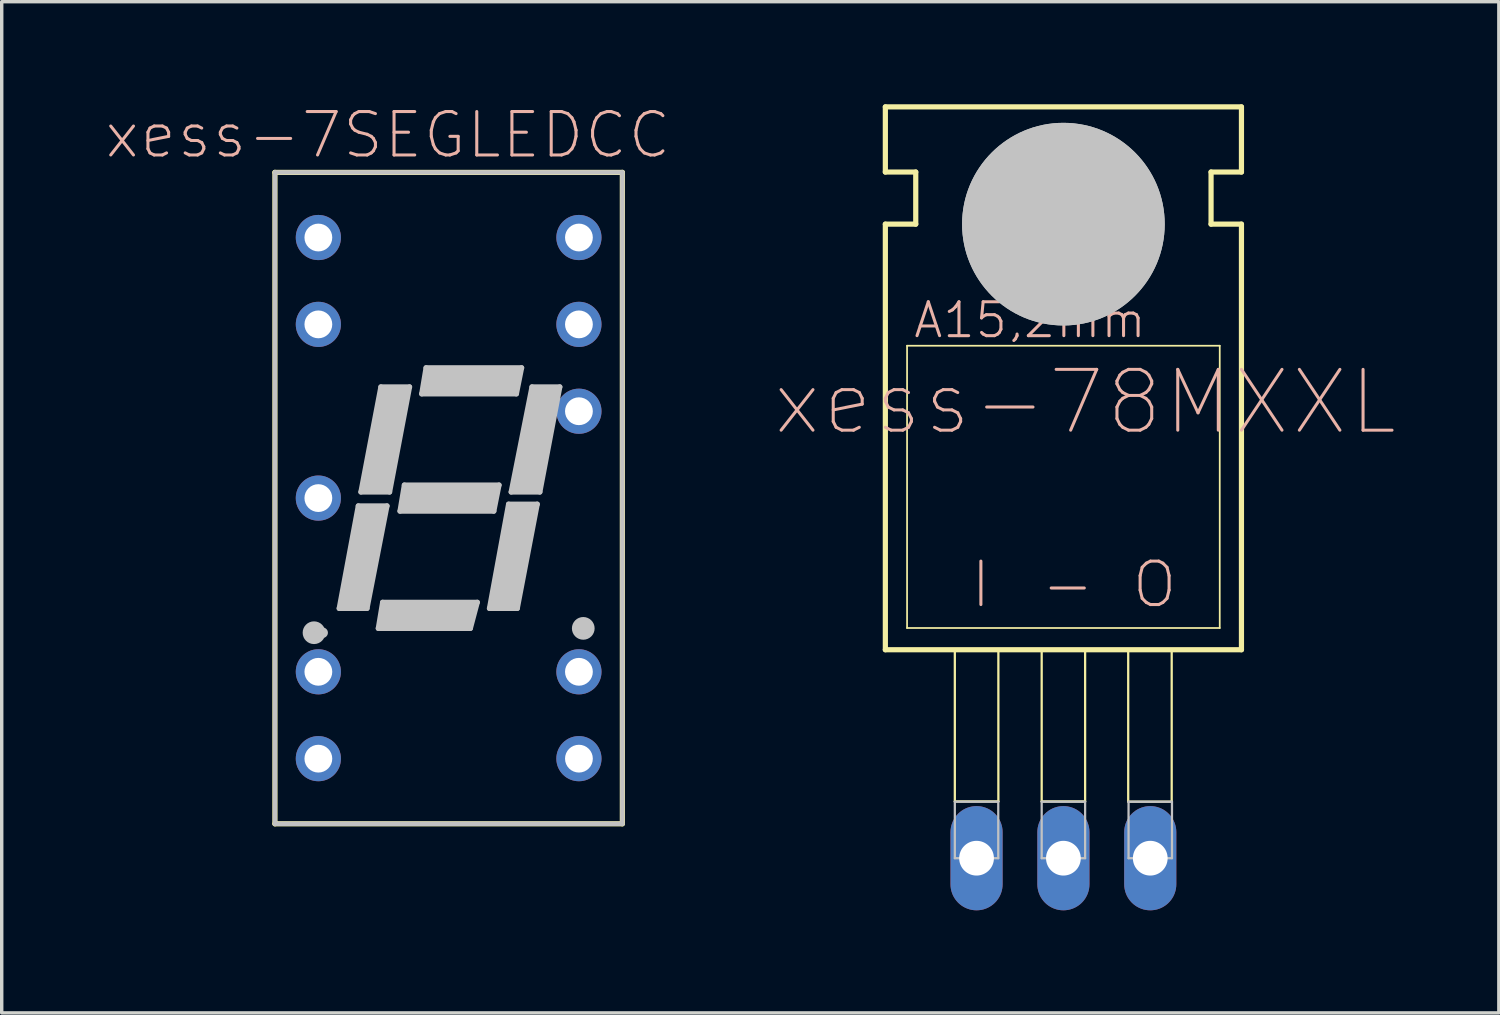
<source format=kicad_pcb>
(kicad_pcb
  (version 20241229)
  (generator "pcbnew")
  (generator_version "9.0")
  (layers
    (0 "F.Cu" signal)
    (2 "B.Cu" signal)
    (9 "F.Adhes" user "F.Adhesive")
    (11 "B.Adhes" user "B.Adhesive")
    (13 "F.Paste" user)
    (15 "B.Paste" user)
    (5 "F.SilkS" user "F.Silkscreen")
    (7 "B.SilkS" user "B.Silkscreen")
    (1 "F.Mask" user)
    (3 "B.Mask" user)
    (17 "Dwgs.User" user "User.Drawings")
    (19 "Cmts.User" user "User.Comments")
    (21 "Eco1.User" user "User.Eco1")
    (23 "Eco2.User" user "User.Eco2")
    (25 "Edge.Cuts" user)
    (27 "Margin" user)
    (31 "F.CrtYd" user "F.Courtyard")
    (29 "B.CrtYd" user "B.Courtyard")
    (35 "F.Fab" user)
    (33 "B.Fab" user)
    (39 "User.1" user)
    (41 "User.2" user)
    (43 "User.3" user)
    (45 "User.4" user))
  (footprint "xess-7SEGLEDCC"
    (layer "F.Cu")
    (at 11.34 11.516)
    (property "Reference" "xess-7SEGLEDCC" (at -3.048 -10.617 0) (layer "B.SilkS") (effects (font (size 1.27 1.27) (thickness 0.089))))
    (attr exclude_from_pos_files exclude_from_bom)
    (fp_line (start -6.35 -9.525) (end 3.81 -9.525) (stroke (width 0.152) (type solid)) (layer "F.SilkS"))
    (fp_line (start -6.35 9.525) (end -6.35 -9.525) (stroke (width 0.152) (type solid)) (layer "F.SilkS"))
    (fp_line (start 3.81 -9.525) (end 3.81 9.525) (stroke (width 0.152) (type solid)) (layer "F.SilkS"))
    (fp_line (start 3.81 9.525) (end -6.35 9.525) (stroke (width 0.152) (type solid)) (layer "F.SilkS"))
    (fp_line (start -6.35 -9.525) (end -6.35 9.525) (stroke (width 0.127) (type solid)) (layer "Dwgs.User"))
    (fp_line (start -6.35 9.525) (end 3.81 9.525) (stroke (width 0.127) (type solid)) (layer "Dwgs.User"))
    (fp_line (start -5.207 3.937) (end -4.953 3.937) (stroke (width 0.305) (type solid)) (layer "Dwgs.User"))
    (fp_line (start -4.47 3.226) (end -3.912 0.229) (stroke (width 0.152) (type solid)) (layer "Dwgs.User"))
    (fp_line (start -4.343 3.124) (end -4.293 2.946) (stroke (width 0.254) (type solid)) (layer "Dwgs.User"))
    (fp_line (start -3.988 2.819) (end -3.579 0.711) (stroke (width 0.813) (type solid)) (layer "Dwgs.User"))
    (fp_line (start -3.912 0.229) (end -3.073 0.229) (stroke (width 0.152) (type solid)) (layer "Dwgs.User"))
    (fp_line (start -3.835 -0.178) (end -3.251 -3.251) (stroke (width 0.152) (type solid)) (layer "Dwgs.User"))
    (fp_line (start -3.835 -0.178) (end -2.997 -0.178) (stroke (width 0.152) (type solid)) (layer "Dwgs.User"))
    (fp_line (start -3.835 0.381) (end -3.226 0.381) (stroke (width 0.254) (type solid)) (layer "Dwgs.User"))
    (fp_line (start -3.759 3.124) (end -4.343 3.124) (stroke (width 0.254) (type solid)) (layer "Dwgs.User"))
    (fp_line (start -3.734 2.997) (end -3.759 3.124) (stroke (width 0.254) (type solid)) (layer "Dwgs.User"))
    (fp_line (start -3.708 -0.279) (end -3.658 -0.533) (stroke (width 0.254) (type solid)) (layer "Dwgs.User"))
    (fp_line (start -3.658 3.226) (end -4.47 3.226) (stroke (width 0.152) (type solid)) (layer "Dwgs.User"))
    (fp_line (start -3.658 3.226) (end -3.073 0.229) (stroke (width 0.152) (type solid)) (layer "Dwgs.User"))
    (fp_line (start -3.353 -0.61) (end -2.896 -2.845) (stroke (width 0.813) (type solid)) (layer "Dwgs.User"))
    (fp_line (start -3.327 3.81) (end -3.2 3.048) (stroke (width 0.152) (type solid)) (layer "Dwgs.User"))
    (fp_line (start -3.251 -3.251) (end -2.413 -3.251) (stroke (width 0.152) (type solid)) (layer "Dwgs.User"))
    (fp_line (start -3.226 0.381) (end -3.251 0.508) (stroke (width 0.254) (type solid)) (layer "Dwgs.User"))
    (fp_line (start -3.2 3.708) (end -3.048 3.708) (stroke (width 0.254) (type solid)) (layer "Dwgs.User"))
    (fp_line (start -3.175 -3.124) (end -2.565 -3.124) (stroke (width 0.254) (type solid)) (layer "Dwgs.User"))
    (fp_line (start -3.073 -0.279) (end -3.708 -0.279) (stroke (width 0.254) (type solid)) (layer "Dwgs.User"))
    (fp_line (start -3.073 3.175) (end -3.2 3.708) (stroke (width 0.254) (type solid)) (layer "Dwgs.User"))
    (fp_line (start -2.997 -0.178) (end -2.413 -3.251) (stroke (width 0.152) (type solid)) (layer "Dwgs.User"))
    (fp_line (start -2.565 -3.124) (end -2.588 -3.023) (stroke (width 0.254) (type solid)) (layer "Dwgs.User"))
    (fp_line (start -2.565 -0.381) (end -2.692 0.381) (stroke (width 0.152) (type solid)) (layer "Dwgs.User"))
    (fp_line (start -2.54 0.279) (end -2.388 0.279) (stroke (width 0.254) (type solid)) (layer "Dwgs.User"))
    (fp_line (start -2.438 -0.254) (end -2.54 0.279) (stroke (width 0.254) (type solid)) (layer "Dwgs.User"))
    (fp_line (start -2.057 -3.048) (end -1.93 -3.81) (stroke (width 0.152) (type solid)) (layer "Dwgs.User"))
    (fp_line (start -1.93 -3.81) (end 0.864 -3.81) (stroke (width 0.152) (type solid)) (layer "Dwgs.User"))
    (fp_line (start -1.905 -3.15) (end -1.778 -3.15) (stroke (width 0.254) (type solid)) (layer "Dwgs.User"))
    (fp_line (start -1.801 -3.683) (end -1.905 -3.15) (stroke (width 0.254) (type solid)) (layer "Dwgs.User"))
    (fp_line (start -1.575 -3.429) (end 0.356 -3.429) (stroke (width 0.813) (type solid)) (layer "Dwgs.User"))
    (fp_line (start -0.991 3.429) (end -2.896 3.429) (stroke (width 0.813) (type solid)) (layer "Dwgs.User"))
    (fp_line (start -0.762 3.708) (end -0.61 3.175) (stroke (width 0.254) (type solid)) (layer "Dwgs.User"))
    (fp_line (start -0.635 3.81) (end -3.327 3.81) (stroke (width 0.152) (type solid)) (layer "Dwgs.User"))
    (fp_line (start -0.61 3.175) (end -0.914 3.175) (stroke (width 0.254) (type solid)) (layer "Dwgs.User"))
    (fp_line (start -0.432 3.048) (end -3.2 3.048) (stroke (width 0.152) (type solid)) (layer "Dwgs.User"))
    (fp_line (start -0.432 3.048) (end -0.635 3.81) (stroke (width 0.152) (type solid)) (layer "Dwgs.User"))
    (fp_line (start -0.33 -0.254) (end 0.051 -0.254) (stroke (width 0.254) (type solid)) (layer "Dwgs.User"))
    (fp_line (start -0.279 0) (end -2.207 0) (stroke (width 0.813) (type solid)) (layer "Dwgs.User"))
    (fp_line (start -0.076 3.226) (end 0.483 0.178) (stroke (width 0.152) (type solid)) (layer "Dwgs.User"))
    (fp_line (start 0.051 -0.254) (end -0.051 0.279) (stroke (width 0.254) (type solid)) (layer "Dwgs.User"))
    (fp_line (start 0.051 0.381) (end -2.692 0.381) (stroke (width 0.152) (type solid)) (layer "Dwgs.User"))
    (fp_line (start 0.076 3.099) (end 0.127 2.896) (stroke (width 0.254) (type solid)) (layer "Dwgs.User"))
    (fp_line (start 0.203 -0.381) (end -2.565 -0.381) (stroke (width 0.152) (type solid)) (layer "Dwgs.User"))
    (fp_line (start 0.203 -0.381) (end 0.051 0.381) (stroke (width 0.152) (type solid)) (layer "Dwgs.User"))
    (fp_line (start 0.457 -3.175) (end 0.61 -3.175) (stroke (width 0.254) (type solid)) (layer "Dwgs.User"))
    (fp_line (start 0.483 0.178) (end 1.321 0.178) (stroke (width 0.152) (type solid)) (layer "Dwgs.User"))
    (fp_line (start 0.559 -0.178) (end 1.168 -3.251) (stroke (width 0.152) (type solid)) (layer "Dwgs.User"))
    (fp_line (start 0.559 -0.178) (end 1.397 -0.178) (stroke (width 0.152) (type solid)) (layer "Dwgs.User"))
    (fp_line (start 0.559 0.33) (end 1.194 0.33) (stroke (width 0.254) (type solid)) (layer "Dwgs.User"))
    (fp_line (start 0.61 -3.175) (end 0.737 -3.708) (stroke (width 0.152) (type solid)) (layer "Dwgs.User"))
    (fp_line (start 0.635 3.099) (end 0.076 3.099) (stroke (width 0.254) (type solid)) (layer "Dwgs.User"))
    (fp_line (start 0.711 -3.048) (end -2.057 -3.048) (stroke (width 0.152) (type solid)) (layer "Dwgs.User"))
    (fp_line (start 0.711 -0.305) (end 0.762 -0.508) (stroke (width 0.254) (type solid)) (layer "Dwgs.User"))
    (fp_line (start 0.737 -3.708) (end 0.508 -3.708) (stroke (width 0.254) (type solid)) (layer "Dwgs.User"))
    (fp_line (start 0.737 3.226) (end -0.076 3.226) (stroke (width 0.152) (type solid)) (layer "Dwgs.User"))
    (fp_line (start 0.838 0.635) (end 0.406 2.794) (stroke (width 0.813) (type solid)) (layer "Dwgs.User"))
    (fp_line (start 0.864 -3.81) (end 0.711 -3.048) (stroke (width 0.152) (type solid)) (layer "Dwgs.User"))
    (fp_line (start 1.168 -3.251) (end 1.981 -3.251) (stroke (width 0.152) (type solid)) (layer "Dwgs.User"))
    (fp_line (start 1.194 0.33) (end 1.143 0.584) (stroke (width 0.254) (type solid)) (layer "Dwgs.User"))
    (fp_line (start 1.245 -3.124) (end 1.854 -3.124) (stroke (width 0.254) (type solid)) (layer "Dwgs.User"))
    (fp_line (start 1.293 -0.305) (end 0.711 -0.305) (stroke (width 0.254) (type solid)) (layer "Dwgs.User"))
    (fp_line (start 1.321 0.178) (end 0.737 3.226) (stroke (width 0.152) (type solid)) (layer "Dwgs.User"))
    (fp_line (start 1.499 -2.845) (end 1.067 -0.66) (stroke (width 0.813) (type solid)) (layer "Dwgs.User"))
    (fp_line (start 1.854 -3.124) (end 1.829 -2.972) (stroke (width 0.254) (type solid)) (layer "Dwgs.User"))
    (fp_line (start 1.981 -3.251) (end 1.397 -0.178) (stroke (width 0.152) (type solid)) (layer "Dwgs.User"))
    (fp_line (start 2.54 3.81) (end 2.794 3.81) (stroke (width 0.305) (type solid)) (layer "Dwgs.User"))
    (fp_line (start 3.81 -9.525) (end -6.35 -9.525) (stroke (width 0.127) (type solid)) (layer "Dwgs.User"))
    (fp_line (start 3.81 9.525) (end 3.81 -9.525) (stroke (width 0.127) (type solid)) (layer "Dwgs.User"))
    (fp_circle (center -5.207 3.937) (end -5.334 4.064) (stroke (width 0.305) (type solid)) (fill no) (layer "Dwgs.User"))
    (fp_circle (center 2.667 3.81) (end 2.794 3.937) (stroke (width 0.305) (type solid)) (fill no) (layer "Dwgs.User"))
    (pad "1" thru_hole circle (at -5.08 -7.62) (size 1.321 1.321) (drill 0.813) (layers "*.Cu" "*.Mask"))
    (pad "2" thru_hole circle (at -5.08 -5.08) (size 1.321 1.321) (drill 0.813) (layers "*.Cu" "*.Mask"))
    (pad "4" thru_hole circle (at -5.08 0) (size 1.321 1.321) (drill 0.813) (layers "*.Cu" "*.Mask"))
    (pad "6" thru_hole circle (at -5.08 5.08) (size 1.321 1.321) (drill 0.813) (layers "*.Cu" "*.Mask"))
    (pad "7" thru_hole circle (at -5.08 7.62) (size 1.321 1.321) (drill 0.813) (layers "*.Cu" "*.Mask"))
    (pad "8" thru_hole circle (at 2.54 7.62) (size 1.321 1.321) (drill 0.813) (layers "*.Cu" "*.Mask"))
    (pad "9" thru_hole circle (at 2.54 5.08) (size 1.321 1.321) (drill 0.813) (layers "*.Cu" "*.Mask"))
    (pad "12" thru_hole circle (at 2.54 -2.54) (size 1.321 1.321) (drill 0.813) (layers "*.Cu" "*.Mask"))
    (pad "13" thru_hole circle (at 2.54 -5.08) (size 1.321 1.321) (drill 0.813) (layers "*.Cu" "*.Mask"))
    (pad "14" thru_hole circle (at 2.54 -7.62) (size 1.321 1.321) (drill 0.813) (layers "*.Cu" "*.Mask")))
  (footprint "xess-78MXXL"
    (layer "F.Cu")
    (at 28.048 14.681)
    (property "Reference" "xess-78MXXL" (at 0.635 -5.969 0) (layer "B.SilkS") (effects (font (size 1.778 1.778) (thickness 0.089))))
    (attr exclude_from_pos_files exclude_from_bom)
    (fp_line (start -5.207 -12.7) (end -5.207 -14.605) (stroke (width 0.152) (type solid)) (layer "F.SilkS"))
    (fp_line (start -5.207 -11.176) (end -4.318 -11.176) (stroke (width 0.152) (type solid)) (layer "F.SilkS"))
    (fp_line (start -5.207 1.27) (end -5.207 -11.176) (stroke (width 0.152) (type solid)) (layer "F.SilkS"))
    (fp_line (start -5.207 1.27) (end 5.207 1.27) (stroke (width 0.152) (type solid)) (layer "F.SilkS"))
    (fp_line (start -4.572 0.635) (end -4.572 -7.62) (stroke (width 0.051) (type solid)) (layer "F.SilkS"))
    (fp_line (start -4.572 0.635) (end 4.572 0.635) (stroke (width 0.051) (type solid)) (layer "F.SilkS"))
    (fp_line (start -4.318 -12.7) (end -5.207 -12.7) (stroke (width 0.152) (type solid)) (layer "F.SilkS"))
    (fp_line (start -4.318 -11.176) (end -4.318 -12.7) (stroke (width 0.152) (type solid)) (layer "F.SilkS"))
    (fp_line (start -3.175 1.27) (end -1.902 1.27) (stroke (width 0.066) (type solid)) (layer "F.SilkS"))
    (fp_line (start -3.175 5.705) (end -3.175 1.27) (stroke (width 0.066) (type solid)) (layer "F.SilkS"))
    (fp_line (start -3.175 5.705) (end -1.902 5.705) (stroke (width 0.066) (type solid)) (layer "F.SilkS"))
    (fp_line (start -1.902 5.705) (end -1.902 1.27) (stroke (width 0.066) (type solid)) (layer "F.SilkS"))
    (fp_line (start -1.651 -11.176) (end 1.651 -11.176) (stroke (width 0.127) (type solid)) (layer "F.SilkS"))
    (fp_line (start -0.635 1.27) (end 0.635 1.27) (stroke (width 0.066) (type solid)) (layer "F.SilkS"))
    (fp_line (start -0.635 5.705) (end -0.635 1.27) (stroke (width 0.066) (type solid)) (layer "F.SilkS"))
    (fp_line (start -0.635 5.705) (end 0.635 5.705) (stroke (width 0.066) (type solid)) (layer "F.SilkS"))
    (fp_line (start 0 -9.525) (end 0 -12.827) (stroke (width 0.127) (type solid)) (layer "F.SilkS"))
    (fp_line (start 0.635 5.705) (end 0.635 1.27) (stroke (width 0.066) (type solid)) (layer "F.SilkS"))
    (fp_line (start 1.895 1.278) (end 3.167 1.278) (stroke (width 0.066) (type solid)) (layer "F.SilkS"))
    (fp_line (start 1.895 5.712) (end 1.895 1.278) (stroke (width 0.066) (type solid)) (layer "F.SilkS"))
    (fp_line (start 1.895 5.712) (end 3.167 5.712) (stroke (width 0.066) (type solid)) (layer "F.SilkS"))
    (fp_line (start 3.167 5.712) (end 3.167 1.278) (stroke (width 0.066) (type solid)) (layer "F.SilkS"))
    (fp_line (start 4.318 -12.7) (end 5.207 -12.7) (stroke (width 0.152) (type solid)) (layer "F.SilkS"))
    (fp_line (start 4.318 -11.176) (end 4.318 -12.7) (stroke (width 0.152) (type solid)) (layer "F.SilkS"))
    (fp_line (start 4.572 -7.62) (end -4.572 -7.62) (stroke (width 0.051) (type solid)) (layer "F.SilkS"))
    (fp_line (start 4.572 -7.62) (end 4.572 0.635) (stroke (width 0.051) (type solid)) (layer "F.SilkS"))
    (fp_line (start 5.207 -14.605) (end -5.207 -14.605) (stroke (width 0.152) (type solid)) (layer "F.SilkS"))
    (fp_line (start 5.207 -12.7) (end 5.207 -14.605) (stroke (width 0.152) (type solid)) (layer "F.SilkS"))
    (fp_line (start 5.207 -11.176) (end 4.318 -11.176) (stroke (width 0.152) (type solid)) (layer "F.SilkS"))
    (fp_line (start 5.207 1.27) (end 5.207 -11.176) (stroke (width 0.152) (type solid)) (layer "F.SilkS"))
    (fp_circle (center 0 -11.176) (end -0.899 -12.075) (stroke (width 0.076) (type solid)) (fill no) (layer "F.SilkS"))
    (fp_circle (center 0 -11.176) (end -0.826 -12.002) (stroke (width 0.127) (type solid)) (fill no) (layer "F.SilkS"))
    (fp_line (start -3.175 5.715) (end -1.905 5.715) (stroke (width 0.066) (type solid)) (layer "Dwgs.User"))
    (fp_line (start -3.175 7.366) (end -3.175 5.715) (stroke (width 0.066) (type solid)) (layer "Dwgs.User"))
    (fp_line (start -3.175 7.366) (end -1.905 7.366) (stroke (width 0.066) (type solid)) (layer "Dwgs.User"))
    (fp_line (start -1.905 7.366) (end -1.905 5.715) (stroke (width 0.066) (type solid)) (layer "Dwgs.User"))
    (fp_line (start -0.635 5.715) (end 0.635 5.715) (stroke (width 0.066) (type solid)) (layer "Dwgs.User"))
    (fp_line (start -0.635 7.366) (end -0.635 5.715) (stroke (width 0.066) (type solid)) (layer "Dwgs.User"))
    (fp_line (start -0.635 7.366) (end 0.635 7.366) (stroke (width 0.066) (type solid)) (layer "Dwgs.User"))
    (fp_line (start 0.635 7.366) (end 0.635 5.715) (stroke (width 0.066) (type solid)) (layer "Dwgs.User"))
    (fp_line (start 1.905 5.715) (end 3.175 5.715) (stroke (width 0.066) (type solid)) (layer "Dwgs.User"))
    (fp_line (start 1.905 7.366) (end 1.905 5.715) (stroke (width 0.066) (type solid)) (layer "Dwgs.User"))
    (fp_line (start 1.905 7.366) (end 3.175 7.366) (stroke (width 0.066) (type solid)) (layer "Dwgs.User"))
    (fp_line (start 3.175 7.366) (end 3.175 5.715) (stroke (width 0.066) (type solid)) (layer "Dwgs.User"))
    (fp_circle (center 0 -11.176) (end -2.095 -13.271) (stroke (width 0) (type solid)) (fill yes) (layer "Dwgs.User"))
    (fp_circle (center 0 -11.176) (end -2.095 -13.271) (stroke (width 0) (type solid)) (fill yes) (layer "Dwgs.User"))
    (fp_text user "I" (at -2.413 -0.635 0) (layer "B.SilkS") (effects (font (size 1.27 1.27) (thickness 0.089))))
    (fp_text user "O" (at 2.667 -0.635 0) (layer "B.SilkS") (effects (font (size 1.27 1.27) (thickness 0.089))))
    (fp_text user "A15,2mm" (at -0.978 -8.369 0) (layer "B.SilkS") (effects (font (size 0.991 0.991) (thickness 0.089))))
    (fp_text user "-" (at 0.127 -0.635 0) (layer "B.SilkS") (effects (font (size 1.27 1.27) (thickness 0.089))))
    (pad "GND" thru_hole oval (at 0 7.366) (size 1.524 3.048) (drill 1.016) (layers "*.Cu" "*.Mask"))
    (pad "IN" thru_hole oval (at -2.54 7.366) (size 1.524 3.048) (drill 1.016) (layers "*.Cu" "*.Mask"))
    (pad "OUT" thru_hole oval (at 2.54 7.366) (size 1.524 3.048) (drill 1.016) (layers "*.Cu" "*.Mask")))
  (gr_rect
    (start -3 -3)
    (end 40.782 26.571)
    (stroke (width 0.1) (type default))
    (fill no)
    (layer "Edge.Cuts")))
</source>
